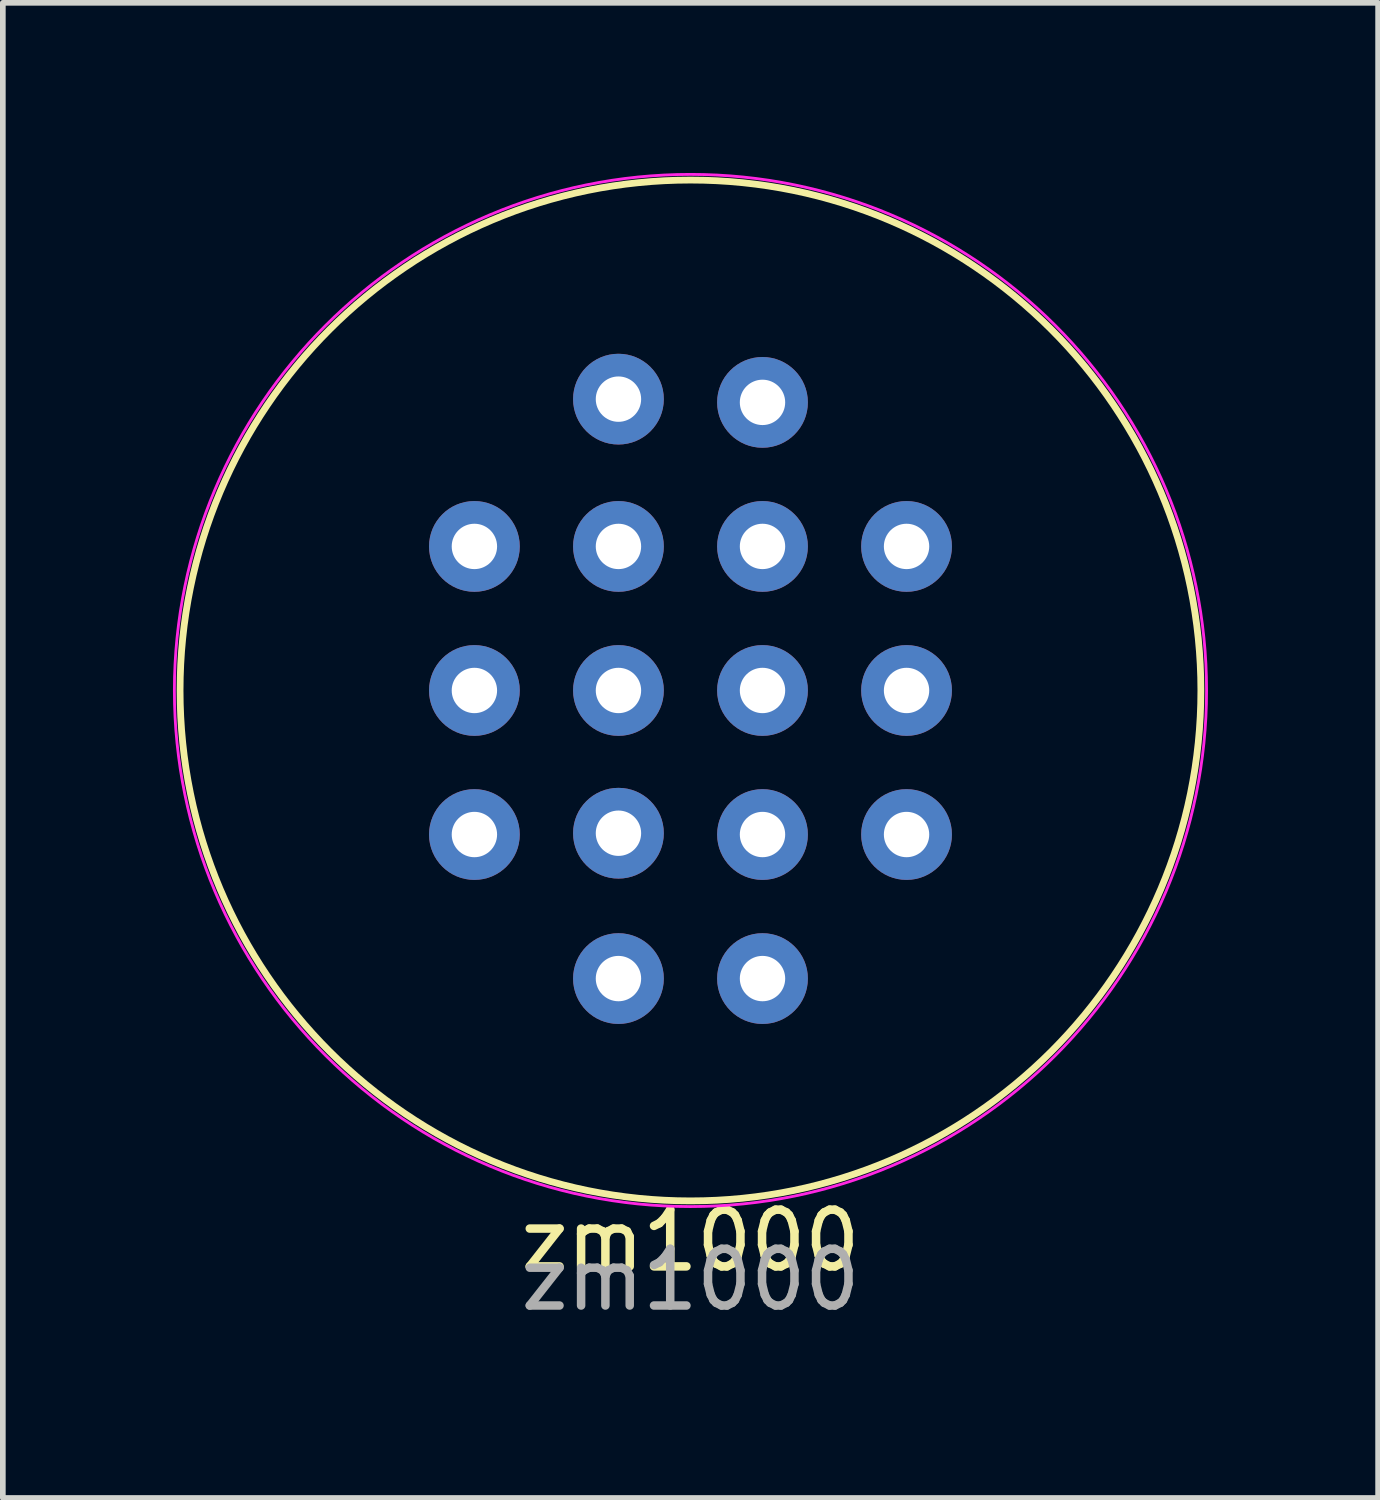
<source format=kicad_pcb>
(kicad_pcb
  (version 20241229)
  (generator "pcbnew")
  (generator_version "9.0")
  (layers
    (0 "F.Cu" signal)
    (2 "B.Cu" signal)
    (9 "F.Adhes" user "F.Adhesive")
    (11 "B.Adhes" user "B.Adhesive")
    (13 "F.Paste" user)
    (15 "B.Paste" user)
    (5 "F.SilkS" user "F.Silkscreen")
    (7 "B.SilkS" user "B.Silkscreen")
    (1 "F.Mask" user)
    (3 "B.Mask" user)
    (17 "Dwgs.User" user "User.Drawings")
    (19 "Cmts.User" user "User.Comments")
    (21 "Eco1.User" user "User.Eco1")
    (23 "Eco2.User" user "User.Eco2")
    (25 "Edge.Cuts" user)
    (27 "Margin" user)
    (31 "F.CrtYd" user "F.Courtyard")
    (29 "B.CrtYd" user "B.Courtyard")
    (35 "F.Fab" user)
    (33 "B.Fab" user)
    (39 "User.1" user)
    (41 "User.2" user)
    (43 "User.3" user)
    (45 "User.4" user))
  (footprint "zm1000"
    (layer "F.Cu")
    (at 9.125 9.125)
    (property "Reference" "zm1000" (at 0 9.7 0) (unlocked yes) (layer "F.SilkS") (effects (font (size 1 1) (thickness 0.15))))
    (attr smd)
    (fp_circle (center 0 0) (end 9 0) (stroke (width 0.12) (type solid)) (fill no) (layer "F.SilkS"))
    (fp_circle (center 0 0) (end 9.1 0) (stroke (width 0.05) (type solid)) (fill no) (layer "F.CrtYd"))
    (fp_text user "${REFERENCE}" (at 0 10.39 0) (unlocked yes) (layer "F.Fab") (effects (font (size 1 1) (thickness 0.15))))
    (pad "0" thru_hole circle (at 1.27 0) (size 1.6 1.6) (drill 0.8) (layers "*.Cu" "*.Mask"))
    (pad "1" thru_hole circle (at -1.27 -5.137) (size 1.6 1.6) (drill 0.8) (layers "*.Cu" "*.Mask"))
    (pad "2" thru_hole circle (at -1.27 -2.54) (size 1.6 1.6) (drill 0.8) (layers "*.Cu" "*.Mask"))
    (pad "3" thru_hole circle (at -1.27 0) (size 1.6 1.6) (drill 0.8) (layers "*.Cu" "*.Mask"))
    (pad "4" thru_hole circle (at -1.27 2.517) (size 1.6 1.6) (drill 0.8) (layers "*.Cu" "*.Mask"))
    (pad "5" thru_hole circle (at -1.27 5.08) (size 1.6 1.6) (drill 0.8) (layers "*.Cu" "*.Mask"))
    (pad "6" thru_hole circle (at 1.27 5.08) (size 1.6 1.6) (drill 0.8) (layers "*.Cu" "*.Mask"))
    (pad "7" thru_hole circle (at 1.27 2.54) (size 1.6 1.6) (drill 0.8) (layers "*.Cu" "*.Mask"))
    (pad "8" thru_hole circle (at 1.27 -5.08) (size 1.6 1.6) (drill 0.8) (layers "*.Cu" "*.Mask"))
    (pad "9" thru_hole circle (at 1.27 -2.54) (size 1.6 1.6) (drill 0.8) (layers "*.Cu" "*.Mask"))
    (pad "10" thru_hole circle (at 3.81 0) (size 1.6 1.6) (drill 0.8) (layers "*.Cu" "*.Mask"))
    (pad "11" thru_hole circle (at -3.81 0) (size 1.6 1.6) (drill 0.8) (layers "*.Cu" "*.Mask"))
    (pad "12" thru_hole circle (at -3.81 2.54) (size 1.6 1.6) (drill 0.8) (layers "*.Cu" "*.Mask"))
    (pad "13" thru_hole circle (at 3.81 2.54) (size 1.6 1.6) (drill 0.8) (layers "*.Cu" "*.Mask"))
    (pad "NC" thru_hole circle (at -3.81 -2.54) (size 1.6 1.6) (drill 0.8) (layers "*.Cu" "*.Mask"))
    (pad "NC" thru_hole circle (at 3.81 -2.54) (size 1.6 1.6) (drill 0.8) (layers "*.Cu" "*.Mask")))
  (gr_rect
    (start -3 -3)
    (end 21.25 23.363)
    (stroke (width 0.1) (type default))
    (fill no)
    (layer "Edge.Cuts")))
</source>
